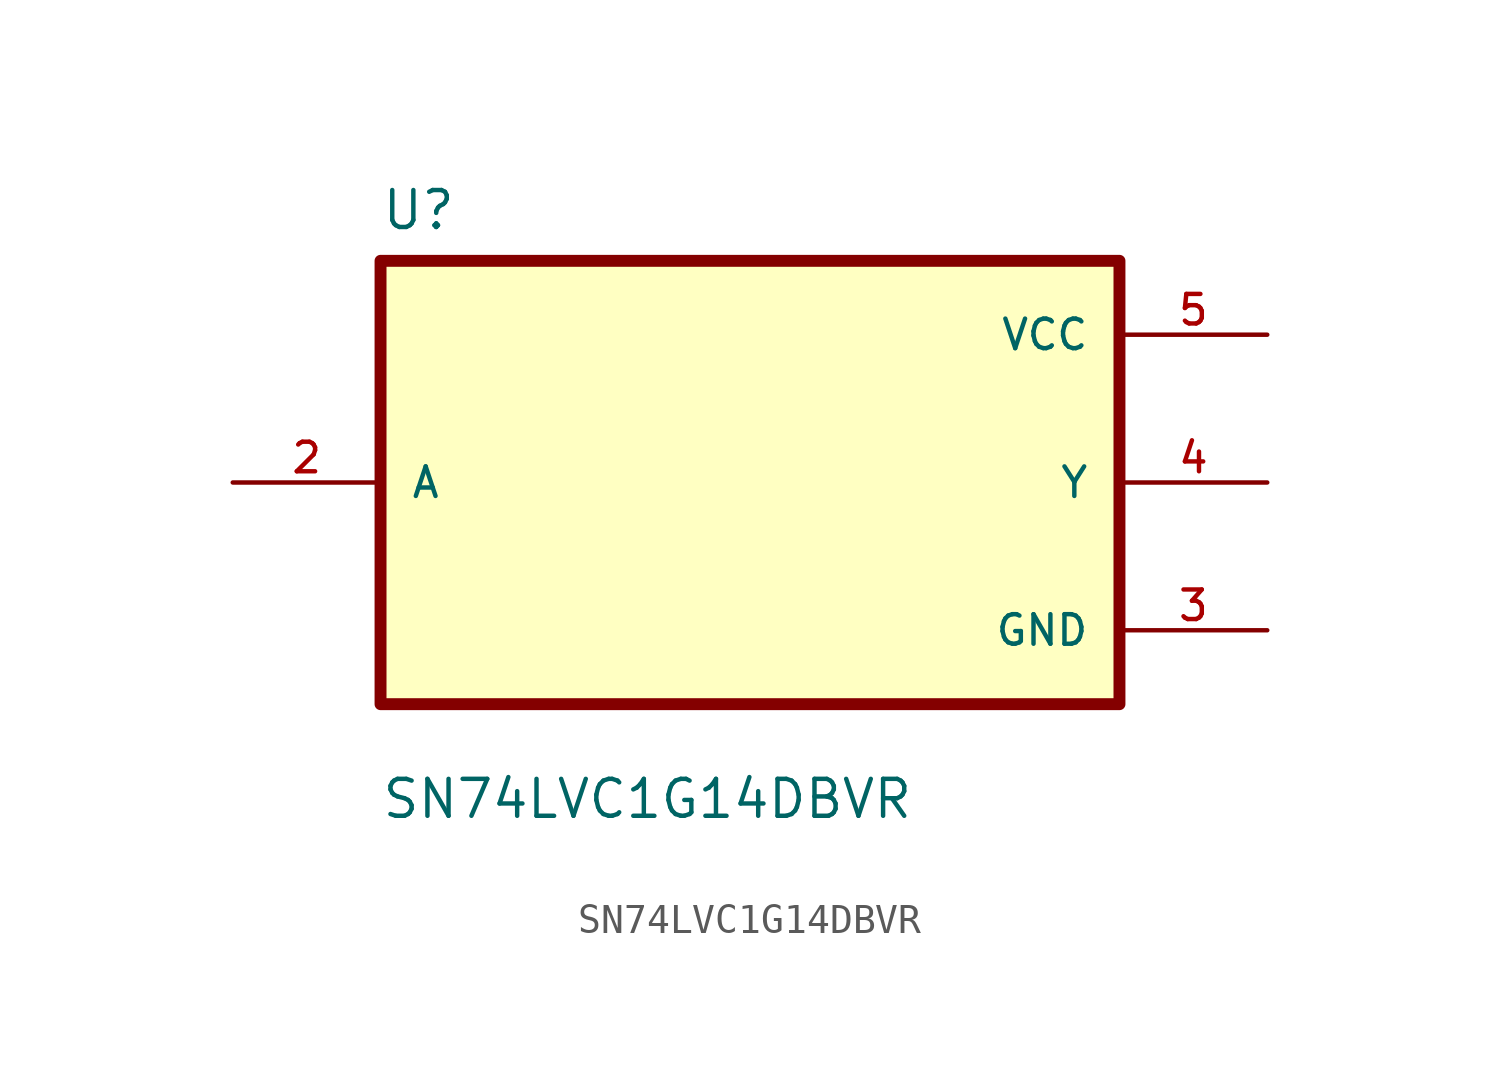
<source format=kicad_sym>
(kicad_symbol_lib
  (version 20211014)
  (generator kicad_symbol_editor)
  (symbol "SN74LVC1G14DBVR"
    (pin_names
      (offset 1.016))
    (property "Reference" "U"
      (at -12.7 8.62 0.0)
      (effects (font (size 1.27 1.27)) (justify bottom left)))
    (property "Value" "SN74LVC1G14DBVR"
      (at -12.7 -11.62 0.0)
      (effects (font (size 1.27 1.27)) (justify bottom left)))
    (symbol "SN74LVC1G14DBVR_0_0"
      (rectangle (start -12.7 -7.62) (end 12.7 7.62) (stroke (width 0.41)) (fill (type background)))
      (pin input line (at -17.78 0.0 0) (length 5.08) (name "A" (effects (font (size 1.016 1.016)))) (number "2" (effects (font (size 1.016 1.016)))))
      (pin power_in line (at 17.78 5.08 180.0) (length 5.08) (name "VCC" (effects (font (size 1.016 1.016)))) (number "5" (effects (font (size 1.016 1.016)))))
      (pin output line (at 17.78 0.0 180.0) (length 5.08) (name "Y" (effects (font (size 1.016 1.016)))) (number "4" (effects (font (size 1.016 1.016)))))
      (pin power_in line (at 17.78 -5.08 180.0) (length 5.08) (name "GND" (effects (font (size 1.016 1.016)))) (number "3" (effects (font (size 1.016 1.016))))))))
</source>
